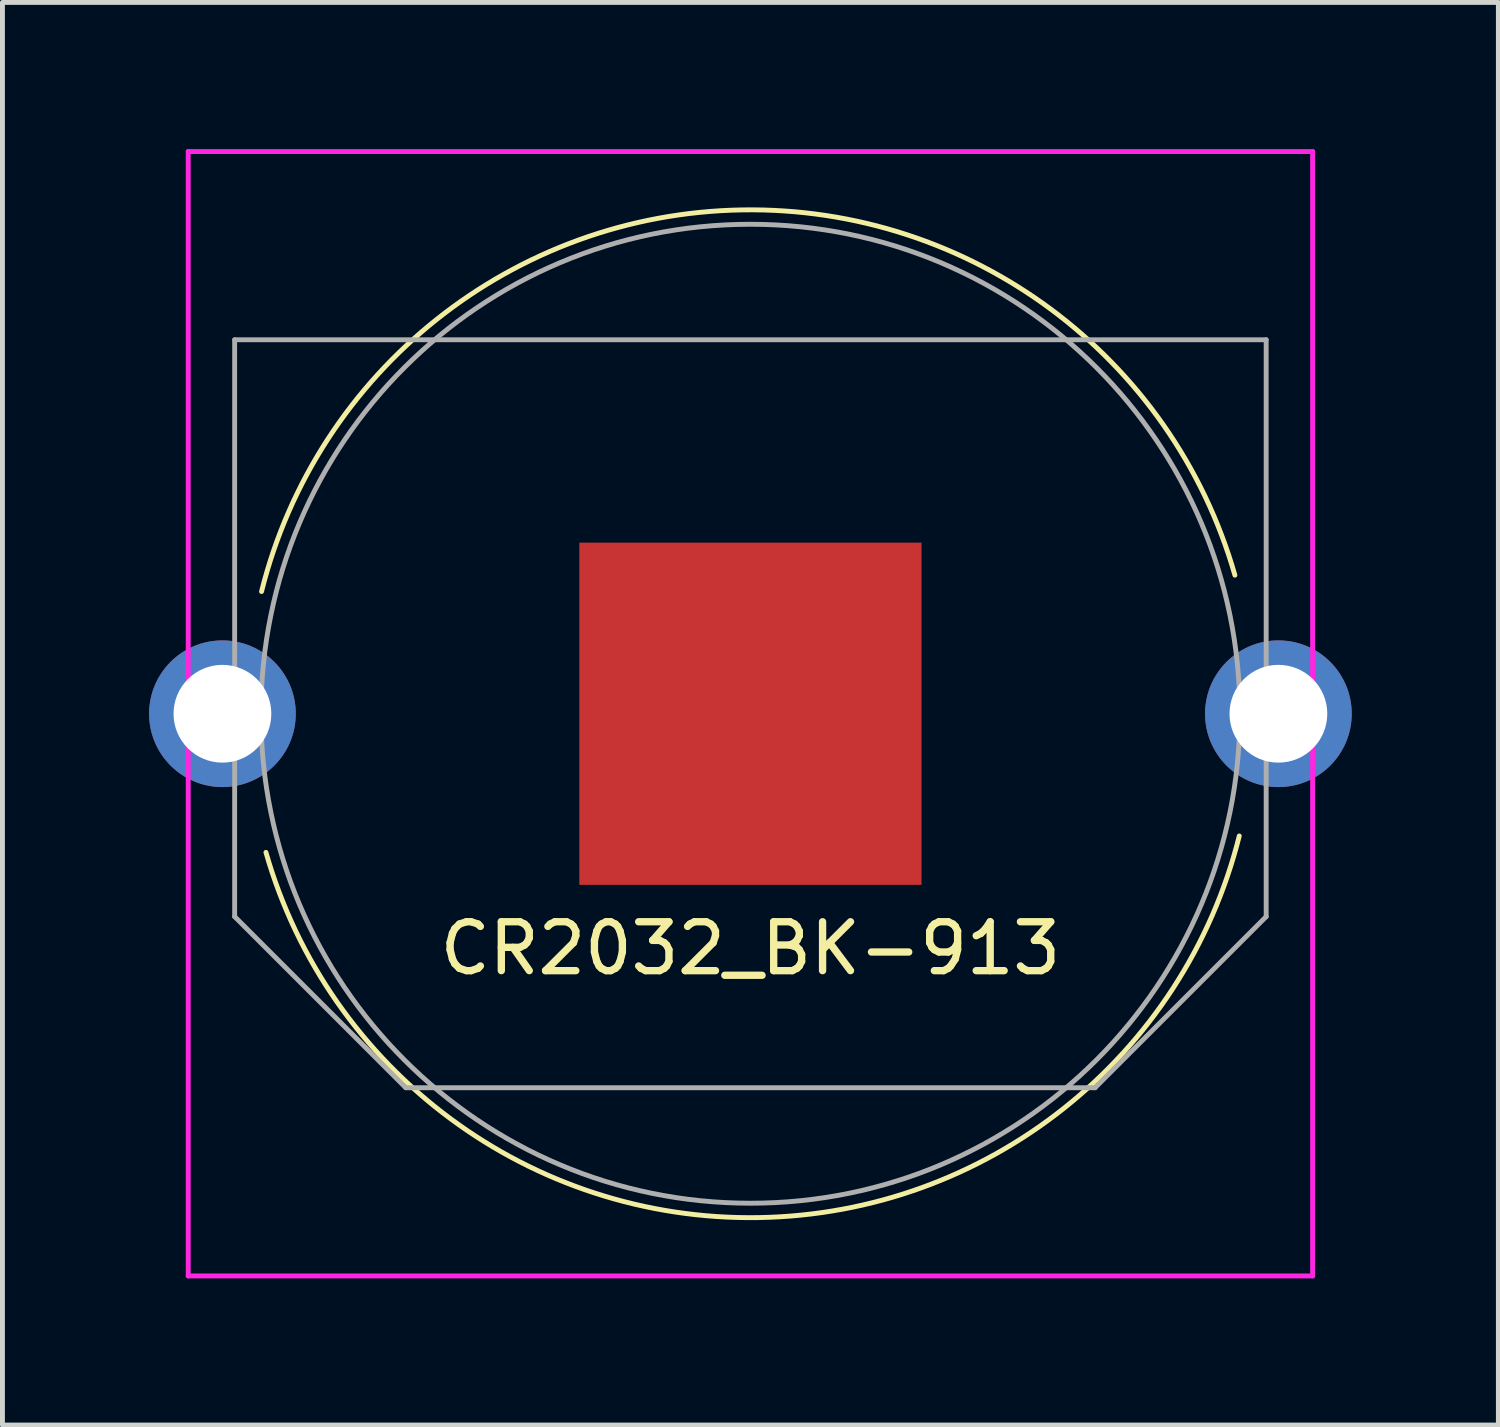
<source format=kicad_pcb>
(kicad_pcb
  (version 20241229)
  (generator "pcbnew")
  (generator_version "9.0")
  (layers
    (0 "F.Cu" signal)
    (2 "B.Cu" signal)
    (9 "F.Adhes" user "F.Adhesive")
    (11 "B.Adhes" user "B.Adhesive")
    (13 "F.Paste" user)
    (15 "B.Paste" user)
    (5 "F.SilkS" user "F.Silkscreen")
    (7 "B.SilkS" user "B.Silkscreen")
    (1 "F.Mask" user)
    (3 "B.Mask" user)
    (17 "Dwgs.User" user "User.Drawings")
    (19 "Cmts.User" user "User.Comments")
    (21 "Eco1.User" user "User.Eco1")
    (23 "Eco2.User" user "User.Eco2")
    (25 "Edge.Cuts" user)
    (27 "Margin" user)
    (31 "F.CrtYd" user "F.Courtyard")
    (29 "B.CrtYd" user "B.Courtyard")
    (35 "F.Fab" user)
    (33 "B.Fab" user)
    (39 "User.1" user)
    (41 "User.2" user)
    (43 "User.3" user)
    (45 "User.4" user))
  (footprint "CR2032_BK-913"
    (layer "F.Cu")
    (at 12.3 11.55)
    (property "Reference" "CR2032_BK-913" (at 0 4.8 0) (layer "F.SilkS") (effects (font (size 1 1) (thickness 0.15))))
    (attr through_hole)
    (fp_arc (start -10 -2.5) (mid -0.173376 -10.306306) (end 9.910254 -2.834936) (stroke (width 0.1) (type solid)) (layer "F.SilkS"))
    (fp_arc (start 10 2.5) (mid 0.173376 10.306306) (end -9.910254 2.834936) (stroke (width 0.1) (type solid)) (layer "F.SilkS"))
    (fp_line (start -11.5 -11.5) (end -11.5 11.5) (stroke (width 0.1) (type solid)) (layer "F.CrtYd"))
    (fp_line (start -11.5 11.5) (end 11.5 11.5) (stroke (width 0.1) (type solid)) (layer "F.CrtYd"))
    (fp_line (start 11.5 -11.5) (end -11.5 -11.5) (stroke (width 0.1) (type solid)) (layer "F.CrtYd"))
    (fp_line (start 11.5 11.5) (end 11.5 -11.5) (stroke (width 0.1) (type solid)) (layer "F.CrtYd"))
    (fp_line (start -10.55 4.15) (end -10.55 -7.65) (stroke (width 0.1) (type solid)) (layer "F.Fab"))
    (fp_line (start -10.55 4.15) (end -7.05 7.65) (stroke (width 0.1) (type solid)) (layer "F.Fab"))
    (fp_line (start -7.05 7.65) (end 7.05 7.65) (stroke (width 0.1) (type solid)) (layer "F.Fab"))
    (fp_line (start 7.05 7.65) (end 10.55 4.15) (stroke (width 0.1) (type solid)) (layer "F.Fab"))
    (fp_line (start 10.55 -7.65) (end -10.55 -7.65) (stroke (width 0.1) (type solid)) (layer "F.Fab"))
    (fp_line (start 10.55 4.15) (end 10.55 -7.65) (stroke (width 0.1) (type solid)) (layer "F.Fab"))
    (fp_circle (center 0 0) (end -8.3 -5.6) (stroke (width 0.1) (type solid)) (fill no) (layer "F.Fab"))
    (pad "1" thru_hole circle (at -10.8 0) (size 3 3) (drill 2) (layers "*.Cu" "*.Paste" "*.Mask"))
    (pad "1" thru_hole circle (at 10.8 0) (size 3 3) (drill 2) (layers "*.Cu" "*.Paste" "*.Mask"))
    (pad "2" smd rect (at 0 0) (size 7 7) (layers "F.Cu" "F.Mask")))
  (gr_rect
    (start -3 -3)
    (end 27.6 26.1)
    (stroke (width 0.1) (type default))
    (fill no)
    (layer "Edge.Cuts")))
</source>
